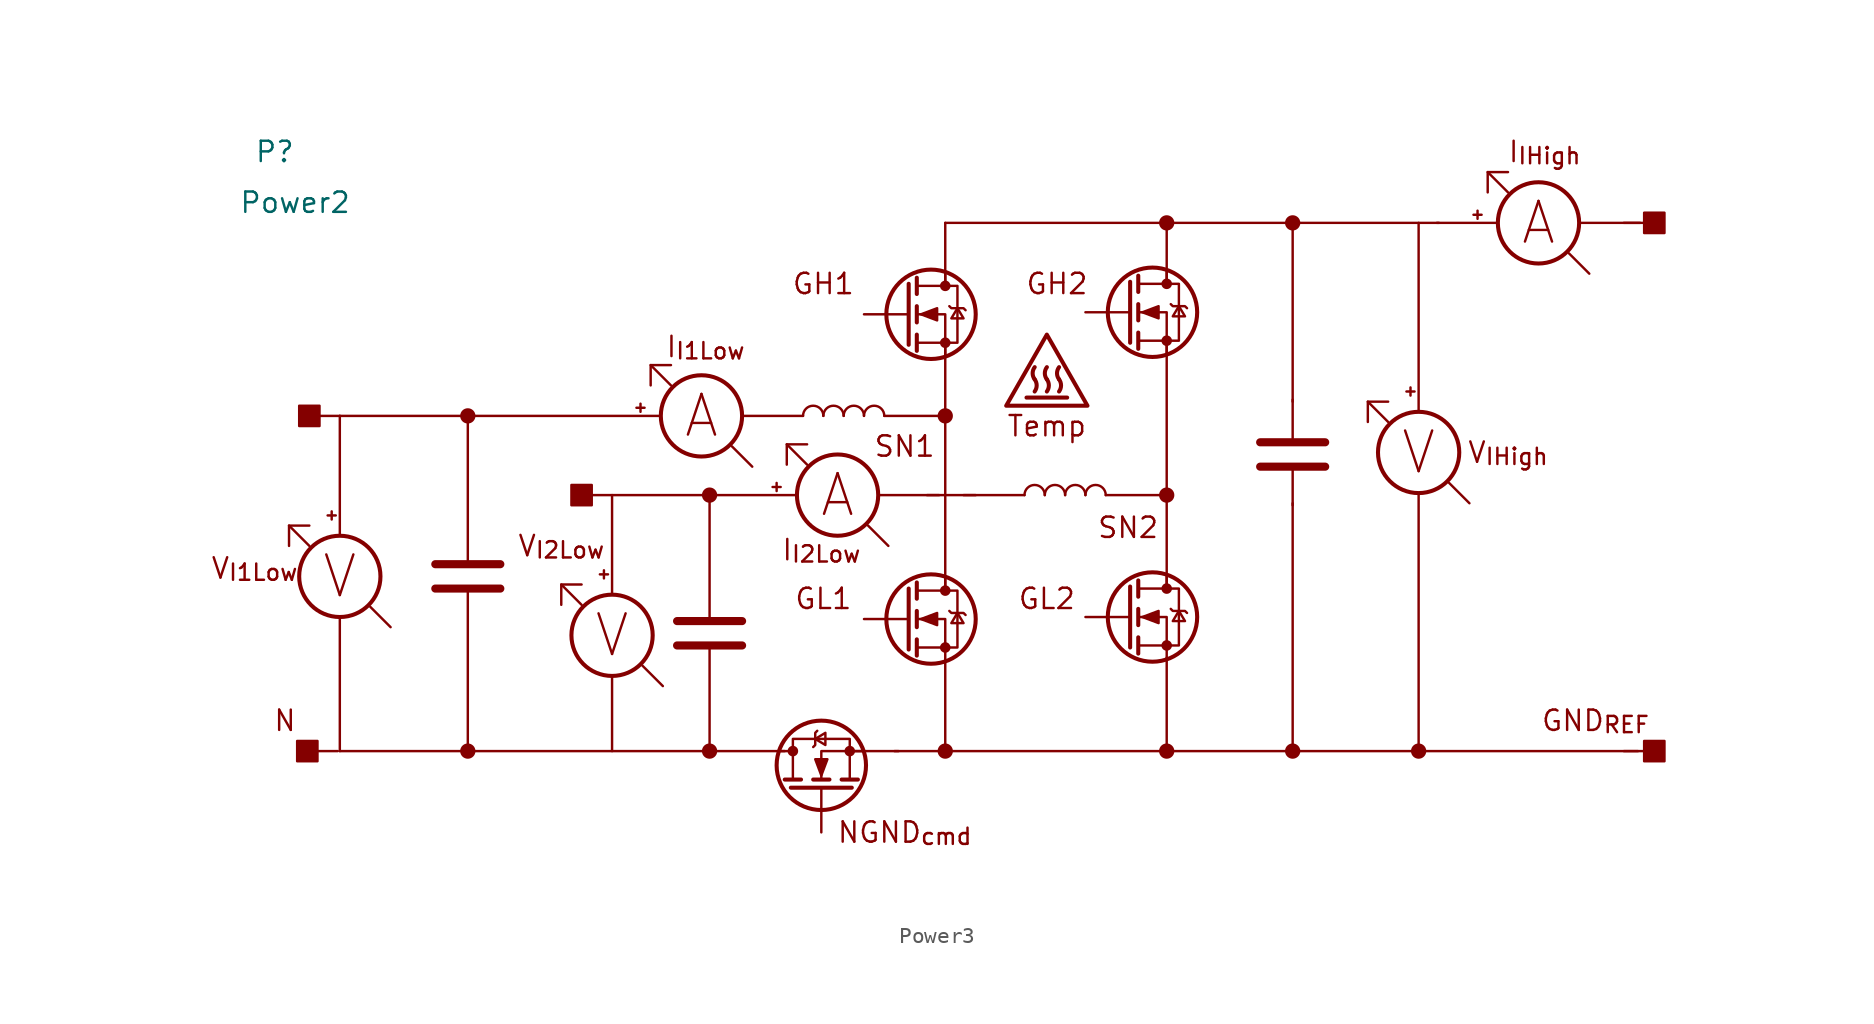
<source format=kicad_sym>
(kicad_symbol_lib
  (version 20241209)
  (generator "kicad_symbol_editor")
  (generator_version "9.0")
  (symbol "Power3"
    (property "Reference" "P"
      (at 2.54 -1.905 0)
      (effects (font (size 1.27 1.27))))
    (property "Value" "Power2"
      (at 3.81 -5.08 0)
      (effects (font (size 1.27 1.27))))
    (symbol "Power3_0_0"
      (rectangle (start 3.937 -38.735) (end 5.207 -40.005) (stroke (width 0) (type default)) (fill (type outline)))
      (rectangle (start 4.064 -17.78) (end 5.334 -19.05) (stroke (width 0) (type default)) (fill (type outline)))
      (polyline (pts (xy 4.699 -25.273) (xy 3.429 -25.273) (xy 3.429 -26.543)) (stroke (width 0) (type default)) (fill (type none)))
      (polyline (pts (xy 4.699 -26.543) (xy 3.429 -25.273)) (stroke (width 0) (type default)) (fill (type none)))
      (polyline (pts (xy 6.477 -39.37) (xy 5.207 -39.37)) (stroke (width 0) (type default)) (fill (type none)))
      (polyline (pts (xy 6.604 -18.415) (xy 5.334 -18.415)) (stroke (width 0) (type default)) (fill (type none)))
      (polyline (pts (xy 9.779 -31.623) (xy 8.509 -30.353)) (stroke (width 0) (type default)) (fill (type none)))
      (rectangle (start 21.082 -22.733) (end 22.352 -24.003) (stroke (width 0) (type default)) (fill (type outline)))
      (polyline (pts (xy 21.717 -28.956) (xy 20.447 -28.956) (xy 20.447 -30.226)) (stroke (width 0) (type default)) (fill (type none)))
      (polyline (pts (xy 21.717 -30.226) (xy 20.447 -28.956)) (stroke (width 0) (type default)) (fill (type none)))
      (polyline (pts (xy 23.622 -23.368) (xy 22.352 -23.368)) (stroke (width 0) (type default)) (fill (type none)))
      (polyline (pts (xy 26.035 -16.51) (xy 26.035 -15.24) (xy 27.305 -15.24)) (stroke (width 0) (type default)) (fill (type none)))
      (polyline (pts (xy 26.797 -35.306) (xy 25.527 -34.036)) (stroke (width 0) (type default)) (fill (type none)))
      (polyline (pts (xy 27.305 -16.51) (xy 26.035 -15.24)) (stroke (width 0) (type default)) (fill (type none)))
      (polyline (pts (xy 32.385 -21.59) (xy 31.115 -20.32)) (stroke (width 0) (type default)) (fill (type none)))
      (polyline (pts (xy 34.544 -21.463) (xy 34.544 -20.193) (xy 35.814 -20.193)) (stroke (width 0) (type default)) (fill (type none)))
      (polyline (pts (xy 35.814 -21.463) (xy 34.544 -20.193)) (stroke (width 0) (type default)) (fill (type none)))
      (polyline (pts (xy 40.894 -26.543) (xy 39.624 -25.273)) (stroke (width 0) (type default)) (fill (type none)))
      (polyline (pts (xy 72.136 -17.526) (xy 70.866 -17.526) (xy 70.866 -18.796)) (stroke (width 0) (type default)) (fill (type none)))
      (polyline (pts (xy 72.136 -18.796) (xy 70.866 -17.526)) (stroke (width 0) (type default)) (fill (type none)))
      (polyline (pts (xy 77.216 -23.876) (xy 75.946 -22.606)) (stroke (width 0) (type default)) (fill (type none)))
      (polyline (pts (xy 78.359 -4.445) (xy 78.359 -3.175) (xy 79.629 -3.175)) (stroke (width 0) (type default)) (fill (type none)))
      (polyline (pts (xy 79.629 -4.445) (xy 78.359 -3.175)) (stroke (width 0) (type default)) (fill (type none)))
      (polyline (pts (xy 84.709 -9.525) (xy 83.439 -8.255)) (stroke (width 0) (type default)) (fill (type none)))
      (polyline (pts (xy 86.868 -6.35) (xy 88.138 -6.35)) (stroke (width 0) (type default)) (fill (type none)))
      (polyline (pts (xy 86.868 -39.37) (xy 88.138 -39.37)) (stroke (width 0) (type default)) (fill (type none)))
      (rectangle (start 89.408 -6.985) (end 88.138 -5.715) (stroke (width 0) (type default)) (fill (type outline)))
      (rectangle (start 89.408 -40.005) (end 88.138 -38.735) (stroke (width 0) (type default)) (fill (type outline)))
      (text "V_{I1Low}" (at 1.27 -27.94 0) (effects (font (size 1.27 1.27))))
      (text "N" (at 3.175 -37.465 0) (effects (font (size 1.27 1.27))))
      (text "V" (at 6.604 -28.448 0) (effects (font (size 2.54 2.54))))
      (text "V_{I2Low}" (at 20.447 -26.543 0) (effects (font (size 1.27 1.27))))
      (text "V" (at 23.622 -32.131 0) (effects (font (size 2.54 2.54))))
      (text "A" (at 29.21 -18.415 0) (effects (font (size 2.54 2.54))))
      (text "I_{I1Low}" (at 29.464 -14.097 0) (effects (font (size 1.27 1.27))))
      (text "I_{I2Low}" (at 36.703 -26.797 0) (effects (font (size 1.27 1.27))))
      (text "GH1" (at 36.83 -10.16 0) (effects (font (size 1.27 1.27))))
      (text "GL1" (at 36.83 -29.845 0) (effects (font (size 1.27 1.27))))
      (text "A" (at 37.719 -23.368 0) (effects (font (size 2.54 2.54))))
      (text "SN1" (at 41.91 -20.32 0) (effects (font (size 1.27 1.27))))
      (text "NGND_{cmd}" (at 41.91 -44.45 0) (effects (font (size 1.27 1.27))))
      (text "Temp" (at 50.8 -19.05 0) (effects (font (size 1.27 1.27))))
      (text "GL2" (at 50.8 -29.845 0) (effects (font (size 1.27 1.27))))
      (text "GH2" (at 51.435 -10.16 0) (effects (font (size 1.27 1.27))))
      (text "SN2" (at 55.88 -25.4 0) (effects (font (size 1.27 1.27))))
      (text "V" (at 74.041 -20.701 0) (effects (font (size 2.54 2.54))))
      (text "V_{IHigh}" (at 79.629 -20.701 0) (effects (font (size 1.27 1.27))))
      (text "A" (at 81.534 -6.35 0) (effects (font (size 2.54 2.54))))
      (text "I_{IHigh}" (at 81.915 -1.905 0) (effects (font (size 1.27 1.27))))
      (text "GND_{REF}" (at 85.09 -37.465 0) (effects (font (size 1.27 1.27)))))
    (symbol "Power3_0_1"
      (polyline (pts (xy 6.096 -24.384) (xy 6.096 -24.892)) (stroke (width 0) (type default)) (fill (type none)))
      (polyline (pts (xy 6.35 -24.638) (xy 5.842 -24.638)) (stroke (width 0) (type default)) (fill (type none)))
      (polyline (pts (xy 6.604 -25.908) (xy 6.604 -18.415)) (stroke (width 0) (type default)) (fill (type none)))
      (circle (center 6.604 -28.448) (radius 2.54) (stroke (width 0.254) (type default)) (fill (type none)))
      (polyline (pts (xy 6.604 -30.988) (xy 6.604 -39.37)) (stroke (width 0) (type default)) (fill (type none)))
      (polyline (pts (xy 12.573 -27.686) (xy 16.637 -27.686)) (stroke (width 0.508) (type default)) (fill (type none)))
      (polyline (pts (xy 12.573 -29.21) (xy 16.637 -29.21)) (stroke (width 0.508) (type default)) (fill (type none)))
      (circle (center 14.605 -18.415) (radius 0.402) (stroke (width 0) (type default)) (fill (type outline)))
      (polyline (pts (xy 14.605 -27.432) (xy 14.605 -18.415)) (stroke (width 0) (type default)) (fill (type none)))
      (polyline (pts (xy 14.605 -39.37) (xy 14.605 -29.21)) (stroke (width 0) (type default)) (fill (type none)))
      (circle (center 14.605 -39.37) (radius 0.402) (stroke (width 0) (type default)) (fill (type outline)))
      (polyline (pts (xy 23.114 -28.067) (xy 23.114 -28.575)) (stroke (width 0) (type default)) (fill (type none)))
      (polyline (pts (xy 23.368 -28.321) (xy 22.86 -28.321)) (stroke (width 0) (type default)) (fill (type none)))
      (polyline (pts (xy 23.622 -29.591) (xy 23.622 -23.368)) (stroke (width 0) (type default)) (fill (type none)))
      (circle (center 23.622 -32.131) (radius 2.54) (stroke (width 0.254) (type default)) (fill (type none)))
      (polyline (pts (xy 23.622 -34.671) (xy 23.622 -39.37)) (stroke (width 0) (type default)) (fill (type none)))
      (polyline (pts (xy 25.146 -17.907) (xy 25.654 -17.907)) (stroke (width 0) (type default)) (fill (type none)))
      (polyline (pts (xy 25.4 -18.161) (xy 25.4 -17.653)) (stroke (width 0) (type default)) (fill (type none)))
      (polyline (pts (xy 26.543 -18.415) (xy 6.604 -18.415)) (stroke (width 0) (type default)) (fill (type none)))
      (polyline (pts (xy 27.686 -31.242) (xy 31.75 -31.242)) (stroke (width 0.508) (type default)) (fill (type none)))
      (polyline (pts (xy 27.686 -32.766) (xy 31.75 -32.766)) (stroke (width 0.508) (type default)) (fill (type none)))
      (circle (center 29.21 -18.415) (radius 2.54) (stroke (width 0.254) (type default)) (fill (type none)))
      (circle (center 29.718 -23.368) (radius 0.402) (stroke (width 0) (type default)) (fill (type outline)))
      (polyline (pts (xy 29.718 -30.988) (xy 29.718 -23.368)) (stroke (width 0) (type default)) (fill (type none)))
      (polyline (pts (xy 29.718 -39.37) (xy 29.718 -32.766)) (stroke (width 0) (type default)) (fill (type none)))
      (circle (center 29.718 -39.37) (radius 0.402) (stroke (width 0) (type default)) (fill (type outline)))
      (polyline (pts (xy 31.75 -18.415) (xy 35.56 -18.415)) (stroke (width 0) (type default)) (fill (type none)))
      (polyline (pts (xy 33.655 -22.86) (xy 34.163 -22.86)) (stroke (width 0) (type default)) (fill (type none)))
      (polyline (pts (xy 33.909 -23.114) (xy 33.909 -22.606)) (stroke (width 0) (type default)) (fill (type none)))
      (polyline (pts (xy 34.163 -39.37) (xy 34.925 -39.37)) (stroke (width 0) (type default)) (fill (type none)))
      (polyline (pts (xy 34.417 -39.37) (xy 6.604 -39.37)) (stroke (width 0) (type default)) (fill (type none)))
      (polyline (pts (xy 34.417 -41.148) (xy 35.433 -41.148)) (stroke (width 0.254) (type default)) (fill (type none)))
      (polyline (pts (xy 34.798 -41.656) (xy 38.608 -41.656)) (stroke (width 0.254) (type default)) (fill (type none)))
      (circle (center 34.925 -39.37) (radius 0.254) (stroke (width 0) (type default)) (fill (type outline)))
      (polyline (pts (xy 35.179 -23.368) (xy 23.622 -23.368)) (stroke (width 0) (type default)) (fill (type none)))
      (arc (start 35.56 -18.415) (mid 36.195 -17.7827) (end 36.83 -18.415) (stroke (width 0) (type default)) (fill (type none)))
      (polyline (pts (xy 36.195 -39.116) (xy 36.322 -38.989) (xy 36.322 -38.227) (xy 36.449 -38.1)) (stroke (width 0) (type default)) (fill (type none)))
      (polyline (pts (xy 36.195 -41.148) (xy 37.211 -41.148)) (stroke (width 0.254) (type default)) (fill (type none)))
      (polyline (pts (xy 36.322 -38.608) (xy 36.957 -38.989) (xy 36.957 -38.227) (xy 36.322 -38.608)) (stroke (width 0) (type default)) (fill (type none)))
      (circle (center 36.703 -40.259) (radius 2.794) (stroke (width 0.254) (type default)) (fill (type none)))
      (polyline (pts (xy 36.703 -40.894) (xy 36.322 -39.878) (xy 37.084 -39.878) (xy 36.703 -40.894)) (stroke (width 0) (type default)) (fill (type outline)))
      (polyline (pts (xy 36.703 -41.656) (xy 36.703 -44.45)) (stroke (width 0) (type default)) (fill (type none)))
      (arc (start 36.83 -18.415) (mid 37.465 -17.7827) (end 38.1 -18.415) (stroke (width 0) (type default)) (fill (type none)))
      (circle (center 37.719 -23.368) (radius 2.54) (stroke (width 0.254) (type default)) (fill (type none)))
      (polyline (pts (xy 37.973 -41.148) (xy 38.989 -41.148)) (stroke (width 0.254) (type default)) (fill (type none)))
      (circle (center 38.481 -39.37) (radius 0.254) (stroke (width 0) (type default)) (fill (type outline)))
      (polyline (pts (xy 38.481 -41.148) (xy 38.481 -38.608) (xy 34.925 -38.608) (xy 34.925 -41.148)) (stroke (width 0) (type default)) (fill (type none)))
      (arc (start 38.1 -18.415) (mid 38.735 -17.7827) (end 39.37 -18.415) (stroke (width 0) (type default)) (fill (type none)))
      (polyline (pts (xy 39.243 -39.37) (xy 36.703 -39.37) (xy 36.703 -41.148)) (stroke (width 0) (type default)) (fill (type none)))
      (arc (start 39.37 -18.415) (mid 40.005 -17.7827) (end 40.64 -18.415) (stroke (width 0) (type default)) (fill (type none)))
      (polyline (pts (xy 40.259 -23.368) (xy 44.069 -23.368)) (stroke (width 0) (type default)) (fill (type none)))
      (polyline (pts (xy 40.64 -18.415) (xy 44.45 -18.415)) (stroke (width 0) (type default)) (fill (type none)))
      (polyline (pts (xy 41.529 -39.37) (xy 38.735 -39.37)) (stroke (width 0) (type default)) (fill (type none)))
      (polyline (pts (xy 42.164 -10.16) (xy 42.164 -13.97)) (stroke (width 0.254) (type default)) (fill (type none)))
      (polyline (pts (xy 42.164 -12.065) (xy 39.37 -12.065)) (stroke (width 0) (type default)) (fill (type none)))
      (polyline (pts (xy 42.164 -29.21) (xy 42.164 -33.02)) (stroke (width 0.254) (type default)) (fill (type none)))
      (polyline (pts (xy 42.164 -31.115) (xy 39.37 -31.115)) (stroke (width 0) (type default)) (fill (type none)))
      (polyline (pts (xy 42.672 -9.779) (xy 42.672 -10.795)) (stroke (width 0.254) (type default)) (fill (type none)))
      (polyline (pts (xy 42.672 -11.557) (xy 42.672 -12.573)) (stroke (width 0.254) (type default)) (fill (type none)))
      (polyline (pts (xy 42.672 -13.335) (xy 42.672 -14.351)) (stroke (width 0.254) (type default)) (fill (type none)))
      (polyline (pts (xy 42.672 -13.843) (xy 45.212 -13.843) (xy 45.212 -10.287) (xy 42.672 -10.287)) (stroke (width 0) (type default)) (fill (type none)))
      (polyline (pts (xy 42.672 -28.829) (xy 42.672 -29.845)) (stroke (width 0.254) (type default)) (fill (type none)))
      (polyline (pts (xy 42.672 -30.607) (xy 42.672 -31.623)) (stroke (width 0.254) (type default)) (fill (type none)))
      (polyline (pts (xy 42.672 -32.385) (xy 42.672 -33.401)) (stroke (width 0.254) (type default)) (fill (type none)))
      (polyline (pts (xy 42.672 -32.893) (xy 45.212 -32.893) (xy 45.212 -29.337) (xy 42.672 -29.337)) (stroke (width 0) (type default)) (fill (type none)))
      (polyline (pts (xy 42.926 -12.065) (xy 43.942 -11.684) (xy 43.942 -12.446) (xy 42.926 -12.065)) (stroke (width 0) (type default)) (fill (type outline)))
      (polyline (pts (xy 42.926 -31.115) (xy 43.942 -30.734) (xy 43.942 -31.496) (xy 42.926 -31.115)) (stroke (width 0) (type default)) (fill (type outline)))
      (polyline (pts (xy 43.307 -23.368) (xy 46.355 -23.368)) (stroke (width 0) (type default)) (fill (type none)))
      (circle (center 43.561 -12.065) (radius 2.794) (stroke (width 0.254) (type default)) (fill (type none)))
      (circle (center 43.561 -31.115) (radius 2.794) (stroke (width 0.254) (type default)) (fill (type none)))
      (polyline (pts (xy 44.45 -9.525) (xy 44.45 -10.287)) (stroke (width 0) (type default)) (fill (type none)))
      (polyline (pts (xy 44.45 -10.16) (xy 44.45 -6.35)) (stroke (width 0) (type default)) (fill (type none)))
      (circle (center 44.45 -10.287) (radius 0.254) (stroke (width 0) (type default)) (fill (type outline)))
      (polyline (pts (xy 44.45 -13.843) (xy 44.45 -29.21)) (stroke (width 0) (type default)) (fill (type none)))
      (circle (center 44.45 -13.843) (radius 0.254) (stroke (width 0) (type default)) (fill (type outline)))
      (polyline (pts (xy 44.45 -14.605) (xy 44.45 -12.065) (xy 42.672 -12.065)) (stroke (width 0) (type default)) (fill (type none)))
      (circle (center 44.45 -18.415) (radius 0.402) (stroke (width 0) (type default)) (fill (type outline)))
      (polyline (pts (xy 44.45 -28.575) (xy 44.45 -29.337)) (stroke (width 0) (type default)) (fill (type none)))
      (circle (center 44.45 -29.337) (radius 0.254) (stroke (width 0) (type default)) (fill (type outline)))
      (circle (center 44.45 -32.893) (radius 0.254) (stroke (width 0) (type default)) (fill (type outline)))
      (polyline (pts (xy 44.45 -33.655) (xy 44.45 -39.37)) (stroke (width 0) (type default)) (fill (type none)))
      (polyline (pts (xy 44.45 -33.655) (xy 44.45 -31.115) (xy 42.672 -31.115)) (stroke (width 0) (type default)) (fill (type none)))
      (polyline (pts (xy 44.45 -39.37) (xy 87.757 -39.37)) (stroke (width 0) (type default)) (fill (type none)))
      (circle (center 44.45 -39.37) (radius 0.402) (stroke (width 0) (type default)) (fill (type outline)))
      (polyline (pts (xy 44.577 -39.37) (xy 41.275 -39.37)) (stroke (width 0) (type default)) (fill (type none)))
      (polyline (pts (xy 44.704 -11.557) (xy 44.831 -11.684) (xy 45.593 -11.684) (xy 45.72 -11.811)) (stroke (width 0) (type default)) (fill (type none)))
      (polyline (pts (xy 44.704 -30.607) (xy 44.831 -30.734) (xy 45.593 -30.734) (xy 45.72 -30.861)) (stroke (width 0) (type default)) (fill (type none)))
      (polyline (pts (xy 45.212 -11.684) (xy 44.831 -12.319) (xy 45.593 -12.319) (xy 45.212 -11.684)) (stroke (width 0) (type default)) (fill (type none)))
      (polyline (pts (xy 45.212 -30.734) (xy 44.831 -31.369) (xy 45.593 -31.369) (xy 45.212 -30.734)) (stroke (width 0) (type default)) (fill (type none)))
      (polyline (pts (xy 45.593 -23.368) (xy 49.403 -23.368)) (stroke (width 0) (type default)) (fill (type none)))
      (polyline (pts (xy 48.26 -17.78) (xy 53.34 -17.78) (xy 50.8 -13.335) (xy 48.26 -17.78)) (stroke (width 0.254) (type default)) (fill (type none)))
      (arc (start 50.038 -16.129) (mid 50.165 -16.51) (end 50.038 -16.891) (stroke (width 0.254) (type default)) (fill (type none)))
      (arc (start 49.403 -23.368) (mid 50.038 -22.7357) (end 50.673 -23.368) (stroke (width 0) (type default)) (fill (type none)))
      (arc (start 50.8 -16.129) (mid 50.9266 -16.51) (end 50.8 -16.891) (stroke (width 0.254) (type default)) (fill (type none)))
      (arc (start 50.038 -16.129) (mid 49.911 -15.7484) (end 50.038 -15.367) (stroke (width 0.254) (type default)) (fill (type none)))
      (arc (start 51.562 -16.129) (mid 51.6882 -16.51) (end 51.562 -16.891) (stroke (width 0.254) (type default)) (fill (type none)))
      (arc (start 50.673 -23.368) (mid 51.308 -22.7357) (end 51.943 -23.368) (stroke (width 0) (type default)) (fill (type none)))
      (arc (start 50.8 -16.129) (mid 50.6726 -15.7484) (end 50.8 -15.367) (stroke (width 0.254) (type default)) (fill (type none)))
      (arc (start 51.562 -16.129) (mid 51.4342 -15.7484) (end 51.562 -15.367) (stroke (width 0.254) (type default)) (fill (type none)))
      (polyline (pts (xy 52.07 -17.272) (xy 49.53 -17.272)) (stroke (width 0.254) (type default)) (fill (type none)))
      (arc (start 51.943 -23.368) (mid 52.578 -22.7357) (end 53.213 -23.368) (stroke (width 0) (type default)) (fill (type none)))
      (arc (start 53.213 -23.368) (mid 53.848 -22.7357) (end 54.483 -23.368) (stroke (width 0) (type default)) (fill (type none)))
      (polyline (pts (xy 54.483 -23.368) (xy 58.293 -23.368)) (stroke (width 0) (type default)) (fill (type none)))
      (polyline (pts (xy 56.007 -10.033) (xy 56.007 -13.843)) (stroke (width 0.254) (type default)) (fill (type none)))
      (polyline (pts (xy 56.007 -11.938) (xy 53.213 -11.938)) (stroke (width 0) (type default)) (fill (type none)))
      (polyline (pts (xy 56.007 -29.083) (xy 56.007 -32.893)) (stroke (width 0.254) (type default)) (fill (type none)))
      (polyline (pts (xy 56.007 -30.988) (xy 53.213 -30.988)) (stroke (width 0) (type default)) (fill (type none)))
      (polyline (pts (xy 56.515 -9.652) (xy 56.515 -10.668)) (stroke (width 0.254) (type default)) (fill (type none)))
      (polyline (pts (xy 56.515 -11.43) (xy 56.515 -12.446)) (stroke (width 0.254) (type default)) (fill (type none)))
      (polyline (pts (xy 56.515 -13.208) (xy 56.515 -14.224)) (stroke (width 0.254) (type default)) (fill (type none)))
      (polyline (pts (xy 56.515 -13.716) (xy 59.055 -13.716) (xy 59.055 -10.16) (xy 56.515 -10.16)) (stroke (width 0) (type default)) (fill (type none)))
      (polyline (pts (xy 56.515 -28.702) (xy 56.515 -29.718)) (stroke (width 0.254) (type default)) (fill (type none)))
      (polyline (pts (xy 56.515 -30.48) (xy 56.515 -31.496)) (stroke (width 0.254) (type default)) (fill (type none)))
      (polyline (pts (xy 56.515 -32.258) (xy 56.515 -33.274)) (stroke (width 0.254) (type default)) (fill (type none)))
      (polyline (pts (xy 56.515 -32.766) (xy 59.055 -32.766) (xy 59.055 -29.21) (xy 56.515 -29.21)) (stroke (width 0) (type default)) (fill (type none)))
      (polyline (pts (xy 56.769 -11.938) (xy 57.785 -11.557) (xy 57.785 -12.319) (xy 56.769 -11.938)) (stroke (width 0) (type default)) (fill (type outline)))
      (polyline (pts (xy 56.769 -30.988) (xy 57.785 -30.607) (xy 57.785 -31.369) (xy 56.769 -30.988)) (stroke (width 0) (type default)) (fill (type outline)))
      (circle (center 57.404 -11.938) (radius 2.794) (stroke (width 0.254) (type default)) (fill (type none)))
      (circle (center 57.404 -30.988) (radius 2.794) (stroke (width 0.254) (type default)) (fill (type none)))
      (circle (center 58.293 -6.35) (radius 0.402) (stroke (width 0) (type default)) (fill (type outline)))
      (polyline (pts (xy 58.293 -9.398) (xy 58.293 -10.16)) (stroke (width 0) (type default)) (fill (type none)))
      (polyline (pts (xy 58.293 -10.033) (xy 58.293 -6.35)) (stroke (width 0) (type default)) (fill (type none)))
      (circle (center 58.293 -10.16) (radius 0.254) (stroke (width 0) (type default)) (fill (type outline)))
      (polyline (pts (xy 58.293 -13.716) (xy 58.293 -29.083)) (stroke (width 0) (type default)) (fill (type none)))
      (circle (center 58.293 -13.716) (radius 0.254) (stroke (width 0) (type default)) (fill (type outline)))
      (polyline (pts (xy 58.293 -14.478) (xy 58.293 -11.938) (xy 56.515 -11.938)) (stroke (width 0) (type default)) (fill (type none)))
      (circle (center 58.293 -23.368) (radius 0.402) (stroke (width 0) (type default)) (fill (type outline)))
      (polyline (pts (xy 58.293 -28.448) (xy 58.293 -29.21)) (stroke (width 0) (type default)) (fill (type none)))
      (circle (center 58.293 -29.21) (radius 0.254) (stroke (width 0) (type default)) (fill (type outline)))
      (circle (center 58.293 -32.766) (radius 0.254) (stroke (width 0) (type default)) (fill (type outline)))
      (polyline (pts (xy 58.293 -33.528) (xy 58.293 -39.37)) (stroke (width 0) (type default)) (fill (type none)))
      (polyline (pts (xy 58.293 -33.528) (xy 58.293 -30.988) (xy 56.515 -30.988)) (stroke (width 0) (type default)) (fill (type none)))
      (circle (center 58.293 -39.37) (radius 0.402) (stroke (width 0) (type default)) (fill (type outline)))
      (polyline (pts (xy 58.547 -11.43) (xy 58.674 -11.557) (xy 59.436 -11.557) (xy 59.563 -11.684)) (stroke (width 0) (type default)) (fill (type none)))
      (polyline (pts (xy 58.547 -30.48) (xy 58.674 -30.607) (xy 59.436 -30.607) (xy 59.563 -30.734)) (stroke (width 0) (type default)) (fill (type none)))
      (polyline (pts (xy 59.055 -11.557) (xy 58.674 -12.192) (xy 59.436 -12.192) (xy 59.055 -11.557)) (stroke (width 0) (type default)) (fill (type none)))
      (polyline (pts (xy 59.055 -30.607) (xy 58.674 -31.242) (xy 59.436 -31.242) (xy 59.055 -30.607)) (stroke (width 0) (type default)) (fill (type none)))
      (polyline (pts (xy 64.135 -20.066) (xy 68.199 -20.066)) (stroke (width 0.508) (type default)) (fill (type none)))
      (polyline (pts (xy 64.135 -21.59) (xy 68.199 -21.59)) (stroke (width 0.508) (type default)) (fill (type none)))
      (circle (center 66.167 -6.35) (radius 0.402) (stroke (width 0) (type default)) (fill (type outline)))
      (polyline (pts (xy 66.167 -17.526) (xy 66.167 -6.35)) (stroke (width 0) (type default)) (fill (type none)))
      (polyline (pts (xy 66.167 -19.812) (xy 66.167 -17.399)) (stroke (width 0) (type default)) (fill (type none)))
      (polyline (pts (xy 66.167 -23.876) (xy 66.167 -39.37)) (stroke (width 0) (type default)) (fill (type none)))
      (polyline (pts (xy 66.167 -24.003) (xy 66.167 -21.59)) (stroke (width 0) (type default)) (fill (type none)))
      (circle (center 66.167 -39.37) (radius 0.402) (stroke (width 0) (type default)) (fill (type outline)))
      (polyline (pts (xy 73.533 -16.637) (xy 73.533 -17.145)) (stroke (width 0) (type default)) (fill (type none)))
      (polyline (pts (xy 73.787 -16.891) (xy 73.279 -16.891)) (stroke (width 0) (type default)) (fill (type none)))
      (polyline (pts (xy 74.041 -18.161) (xy 74.041 -6.35)) (stroke (width 0) (type default)) (fill (type none)))
      (circle (center 74.041 -20.701) (radius 2.54) (stroke (width 0.254) (type default)) (fill (type none)))
      (polyline (pts (xy 74.041 -23.241) (xy 74.041 -39.37)) (stroke (width 0) (type default)) (fill (type none)))
      (circle (center 74.041 -39.37) (radius 0.402) (stroke (width 0) (type default)) (fill (type outline)))
      (polyline (pts (xy 75.311 -6.35) (xy 44.45 -6.35)) (stroke (width 0) (type default)) (fill (type none)))
      (polyline (pts (xy 77.47 -5.842) (xy 77.978 -5.842)) (stroke (width 0) (type default)) (fill (type none)))
      (polyline (pts (xy 77.724 -6.096) (xy 77.724 -5.588)) (stroke (width 0) (type default)) (fill (type none)))
      (polyline (pts (xy 78.994 -6.35) (xy 75.184 -6.35)) (stroke (width 0) (type default)) (fill (type none)))
      (circle (center 81.534 -6.35) (radius 2.54) (stroke (width 0.254) (type default)) (fill (type none)))
      (polyline (pts (xy 84.074 -6.35) (xy 87.884 -6.35)) (stroke (width 0) (type default)) (fill (type none))))))
</source>
